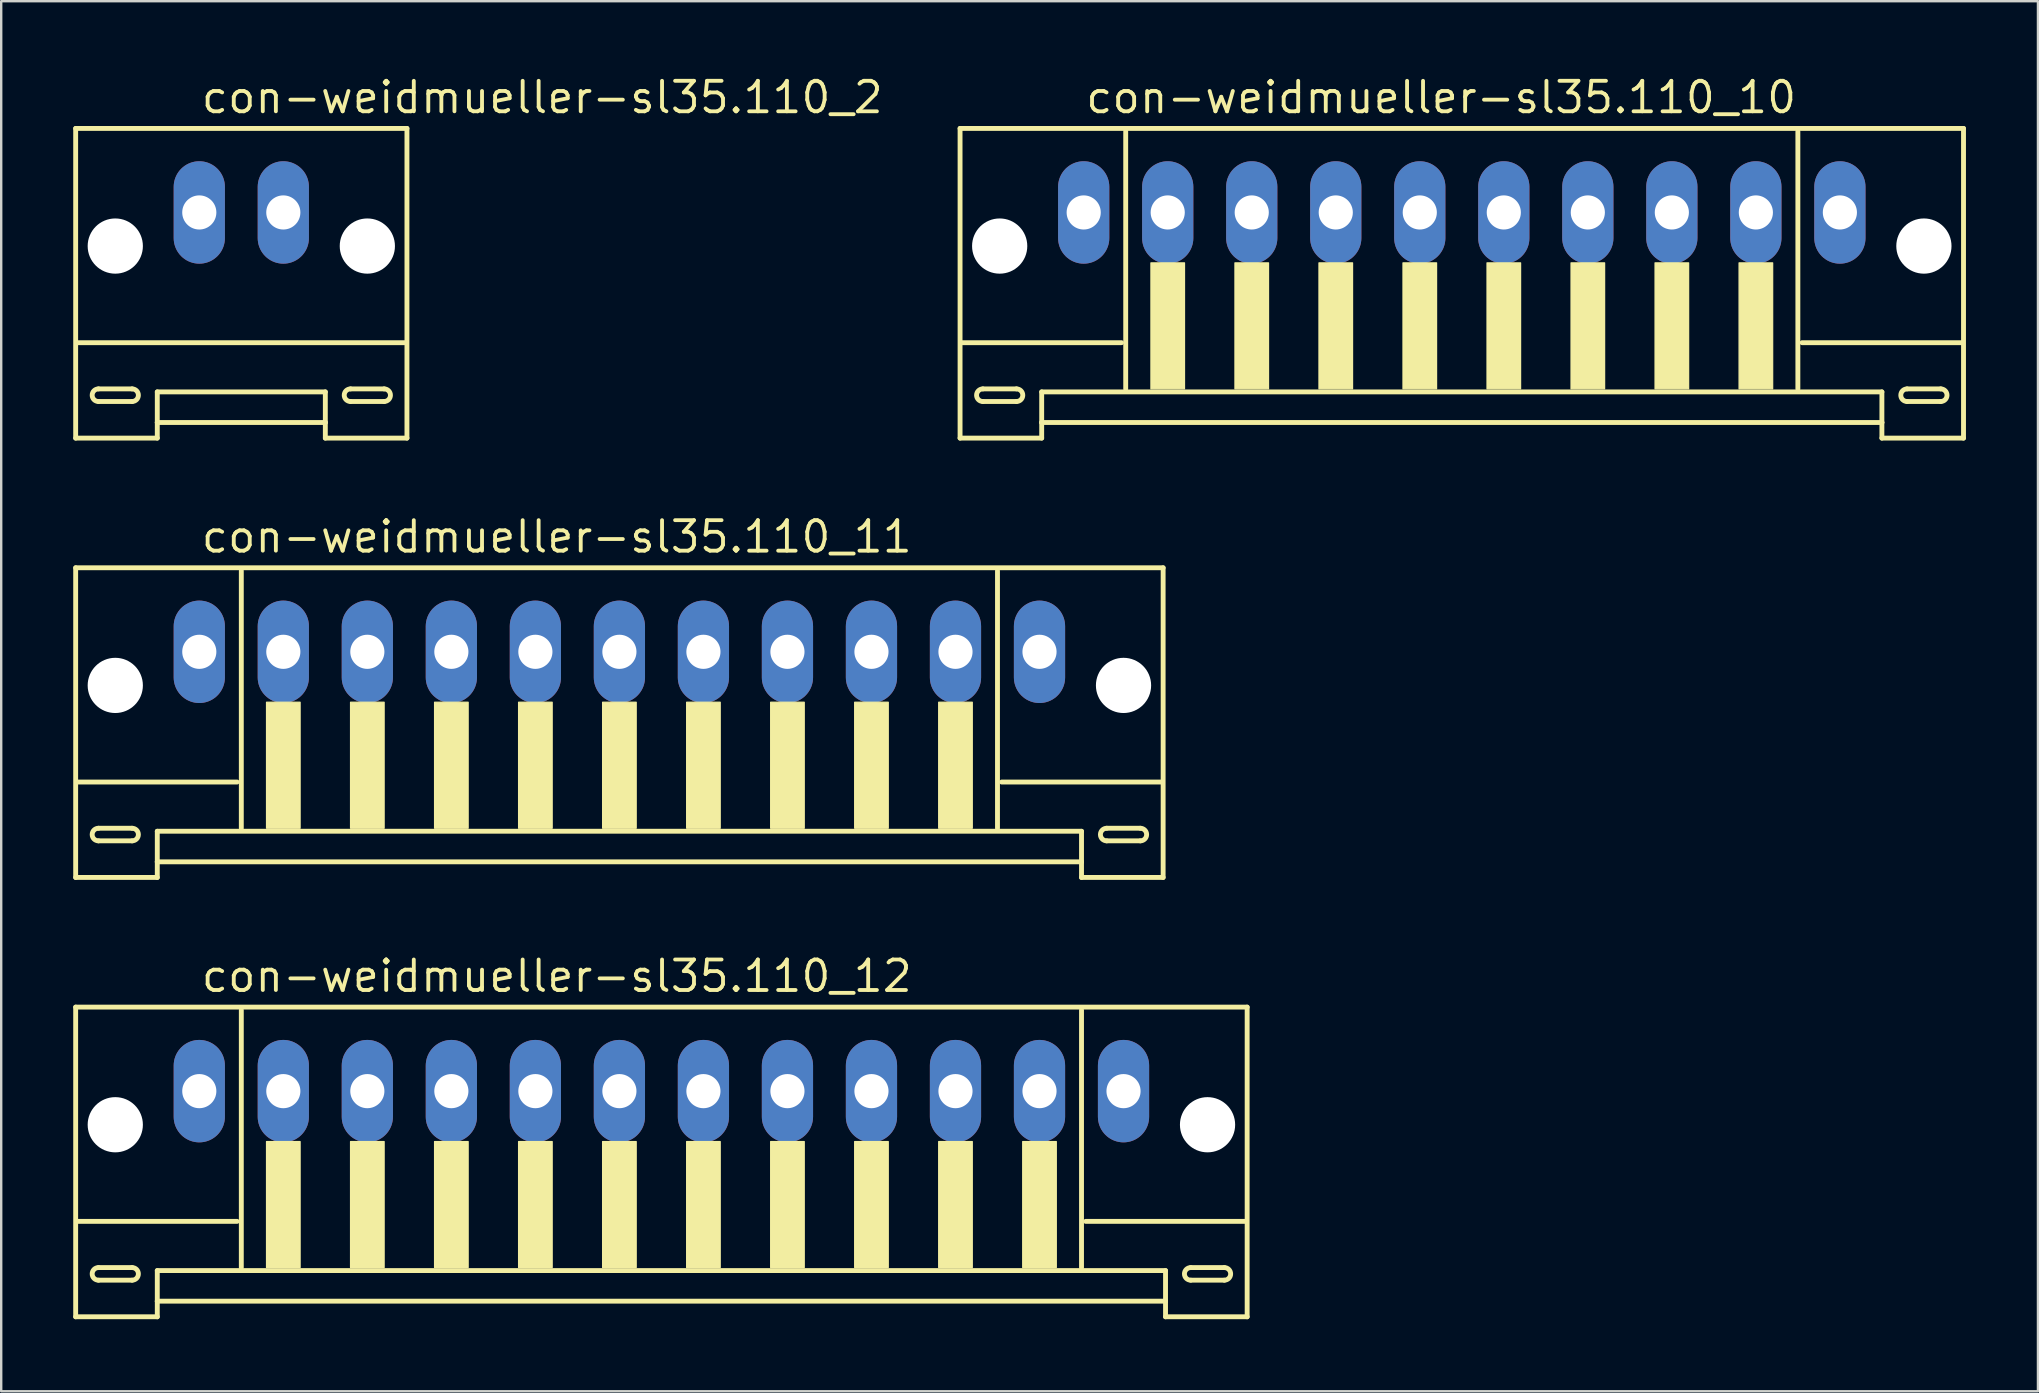
<source format=kicad_pcb>
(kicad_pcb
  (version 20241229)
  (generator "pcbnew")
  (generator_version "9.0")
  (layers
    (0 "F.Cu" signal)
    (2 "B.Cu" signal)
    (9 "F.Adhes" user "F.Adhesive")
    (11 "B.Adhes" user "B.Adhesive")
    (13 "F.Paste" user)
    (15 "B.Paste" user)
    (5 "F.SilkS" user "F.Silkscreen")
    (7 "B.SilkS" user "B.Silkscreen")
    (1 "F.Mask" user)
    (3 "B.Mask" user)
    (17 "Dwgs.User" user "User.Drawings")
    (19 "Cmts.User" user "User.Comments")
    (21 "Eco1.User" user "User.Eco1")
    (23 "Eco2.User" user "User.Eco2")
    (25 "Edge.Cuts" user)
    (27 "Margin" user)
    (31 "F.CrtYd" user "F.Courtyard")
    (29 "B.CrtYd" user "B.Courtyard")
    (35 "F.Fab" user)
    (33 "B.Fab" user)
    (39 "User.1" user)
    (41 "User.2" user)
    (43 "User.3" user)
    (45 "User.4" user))
  (footprint "con-weidmueller-sl35.110_10"
    (layer "F.Cu")
    (at 57.843 7.55)
    (property "Reference" "con-weidmueller-sl35.110_10" (at -15.75 -5.8 0) (layer "F.SilkS") (effects (font (size 1.27 1.27) (thickness 0.16)) (justify left bottom)))
    (attr through_hole)
    (fp_line (start -20.9 -5.25) (end -20.9 7.65) (stroke (width 0.203) (type default)) (layer "F.SilkS"))
    (fp_line (start -20.9 7.65) (end -17.5 7.65) (stroke (width 0.203) (type default)) (layer "F.SilkS"))
    (fp_line (start -19.95 5.6) (end -18.55 5.6) (stroke (width 0.203) (type default)) (layer "F.SilkS"))
    (fp_line (start -18.55 6.125) (end -19.95 6.125) (stroke (width 0.203) (type default)) (layer "F.SilkS"))
    (fp_line (start -17.5 5.725) (end 17.5 5.725) (stroke (width 0.203) (type default)) (layer "F.SilkS"))
    (fp_line (start -17.5 7) (end -17.5 5.725) (stroke (width 0.203) (type default)) (layer "F.SilkS"))
    (fp_line (start -17.5 7) (end 17.5 7) (stroke (width 0.203) (type default)) (layer "F.SilkS"))
    (fp_line (start -17.5 7.65) (end -17.5 7) (stroke (width 0.203) (type default)) (layer "F.SilkS"))
    (fp_line (start -14.175 3.675) (end -20.825 3.675) (stroke (width 0.203) (type default)) (layer "F.SilkS"))
    (fp_line (start -14 -5.125) (end -14 5.6) (stroke (width 0.203) (type default)) (layer "F.SilkS"))
    (fp_line (start 14 5.6) (end 14 -5.125) (stroke (width 0.203) (type default)) (layer "F.SilkS"))
    (fp_line (start 17.5 5.725) (end 17.5 7) (stroke (width 0.203) (type default)) (layer "F.SilkS"))
    (fp_line (start 17.5 7) (end 17.5 7.65) (stroke (width 0.203) (type default)) (layer "F.SilkS"))
    (fp_line (start 17.5 7.65) (end 20.9 7.65) (stroke (width 0.203) (type default)) (layer "F.SilkS"))
    (fp_line (start 18.55 5.6) (end 19.95 5.6) (stroke (width 0.203) (type default)) (layer "F.SilkS"))
    (fp_line (start 19.95 6.125) (end 18.55 6.125) (stroke (width 0.203) (type default)) (layer "F.SilkS"))
    (fp_line (start 20.825 3.675) (end 14.175 3.675) (stroke (width 0.203) (type default)) (layer "F.SilkS"))
    (fp_line (start 20.9 -5.25) (end -20.9 -5.25) (stroke (width 0.203) (type default)) (layer "F.SilkS"))
    (fp_line (start 20.9 7.65) (end 20.9 -5.25) (stroke (width 0.203) (type default)) (layer "F.SilkS"))
    (fp_rect (start -12.95 5.6) (end -11.55 0.35) (stroke (width 0.05) (type default)) (fill yes) (layer "F.SilkS"))
    (fp_rect (start -9.45 5.6) (end -8.05 0.35) (stroke (width 0.05) (type default)) (fill yes) (layer "F.SilkS"))
    (fp_rect (start -5.95 5.6) (end -4.55 0.35) (stroke (width 0.05) (type default)) (fill yes) (layer "F.SilkS"))
    (fp_rect (start -2.45 5.6) (end -1.05 0.35) (stroke (width 0.05) (type default)) (fill yes) (layer "F.SilkS"))
    (fp_rect (start 1.05 5.6) (end 2.45 0.35) (stroke (width 0.05) (type default)) (fill yes) (layer "F.SilkS"))
    (fp_rect (start 4.55 5.6) (end 5.95 0.35) (stroke (width 0.05) (type default)) (fill yes) (layer "F.SilkS"))
    (fp_rect (start 8.05 5.6) (end 9.45 0.35) (stroke (width 0.05) (type default)) (fill yes) (layer "F.SilkS"))
    (fp_rect (start 11.55 5.6) (end 12.95 0.35) (stroke (width 0.05) (type default)) (fill yes) (layer "F.SilkS"))
    (fp_arc (start -19.95 6.125) (mid -20.2125 5.8625) (end -19.95 5.6) (stroke (width 0.2032) (type default)) (layer "F.SilkS"))
    (fp_arc (start -18.55 5.6) (mid -18.2875 5.8625) (end -18.55 6.125) (stroke (width 0.2032) (type default)) (layer "F.SilkS"))
    (fp_arc (start 18.55 6.125) (mid 18.2875 5.8625) (end 18.55 5.6) (stroke (width 0.2032) (type default)) (layer "F.SilkS"))
    (fp_arc (start 19.95 5.6) (mid 20.2125 5.8625) (end 19.95 6.125) (stroke (width 0.2032) (type default)) (layer "F.SilkS"))
    (pad "" np_thru_hole circle (at -19.25 -0.35) (size 2.3 2.3) (drill 2.3) (layers "*.Cu" "*.Mask"))
    (pad "" np_thru_hole circle (at 19.25 -0.35) (size 2.3 2.3) (drill 2.3) (layers "*.Cu" "*.Mask"))
    (pad "1" thru_hole oval (at -15.75 -1.75 90) (size 4.267 2.134) (drill 1.422) (layers "*.Cu" "*.Mask"))
    (pad "2" thru_hole oval (at -12.25 -1.75 90) (size 4.267 2.134) (drill 1.422) (layers "*.Cu" "*.Mask"))
    (pad "3" thru_hole oval (at -8.75 -1.75 90) (size 4.267 2.134) (drill 1.422) (layers "*.Cu" "*.Mask"))
    (pad "4" thru_hole oval (at -5.25 -1.75 90) (size 4.267 2.134) (drill 1.422) (layers "*.Cu" "*.Mask"))
    (pad "5" thru_hole oval (at -1.75 -1.75 90) (size 4.267 2.134) (drill 1.422) (layers "*.Cu" "*.Mask"))
    (pad "6" thru_hole oval (at 1.75 -1.75 90) (size 4.267 2.134) (drill 1.422) (layers "*.Cu" "*.Mask"))
    (pad "7" thru_hole oval (at 5.25 -1.75 90) (size 4.267 2.134) (drill 1.422) (layers "*.Cu" "*.Mask"))
    (pad "8" thru_hole oval (at 8.75 -1.75 90) (size 4.267 2.134) (drill 1.422) (layers "*.Cu" "*.Mask"))
    (pad "9" thru_hole oval (at 12.25 -1.75 90) (size 4.267 2.134) (drill 1.422) (layers "*.Cu" "*.Mask"))
    (pad "10" thru_hole oval (at 15.75 -1.75 90) (size 4.267 2.134) (drill 1.422) (layers "*.Cu" "*.Mask")))
  (footprint "con-weidmueller-sl35.110_2"
    (layer "F.Cu")
    (at 7.002 7.55)
    (property "Reference" "con-weidmueller-sl35.110_2" (at -1.75 -5.8 0) (layer "F.SilkS") (effects (font (size 1.27 1.27) (thickness 0.16)) (justify left bottom)))
    (attr through_hole)
    (fp_line (start -6.9 -5.25) (end -6.9 7.65) (stroke (width 0.203) (type default)) (layer "F.SilkS"))
    (fp_line (start -6.9 7.65) (end -3.5 7.65) (stroke (width 0.203) (type default)) (layer "F.SilkS"))
    (fp_line (start -5.95 5.6) (end -4.55 5.6) (stroke (width 0.203) (type default)) (layer "F.SilkS"))
    (fp_line (start -4.55 6.125) (end -5.95 6.125) (stroke (width 0.203) (type default)) (layer "F.SilkS"))
    (fp_line (start -3.5 5.725) (end 3.5 5.725) (stroke (width 0.203) (type default)) (layer "F.SilkS"))
    (fp_line (start -3.5 7) (end -3.5 5.725) (stroke (width 0.203) (type default)) (layer "F.SilkS"))
    (fp_line (start -3.5 7) (end 3.5 7) (stroke (width 0.203) (type default)) (layer "F.SilkS"))
    (fp_line (start -3.5 7.65) (end -3.5 7) (stroke (width 0.203) (type default)) (layer "F.SilkS"))
    (fp_line (start 3.5 5.725) (end 3.5 7) (stroke (width 0.203) (type default)) (layer "F.SilkS"))
    (fp_line (start 3.5 7) (end 3.5 7.65) (stroke (width 0.203) (type default)) (layer "F.SilkS"))
    (fp_line (start 3.5 7.65) (end 6.9 7.65) (stroke (width 0.203) (type default)) (layer "F.SilkS"))
    (fp_line (start 4.55 5.6) (end 5.95 5.6) (stroke (width 0.203) (type default)) (layer "F.SilkS"))
    (fp_line (start 5.95 6.125) (end 4.55 6.125) (stroke (width 0.203) (type default)) (layer "F.SilkS"))
    (fp_line (start 6.825 3.675) (end -6.825 3.675) (stroke (width 0.203) (type default)) (layer "F.SilkS"))
    (fp_line (start 6.9 -5.25) (end -6.9 -5.25) (stroke (width 0.203) (type default)) (layer "F.SilkS"))
    (fp_line (start 6.9 7.65) (end 6.9 -5.25) (stroke (width 0.203) (type default)) (layer "F.SilkS"))
    (fp_arc (start -5.95 6.125) (mid -6.2125 5.8625) (end -5.95 5.6) (stroke (width 0.2032) (type default)) (layer "F.SilkS"))
    (fp_arc (start -4.55 5.6) (mid -4.2875 5.8625) (end -4.55 6.125) (stroke (width 0.2032) (type default)) (layer "F.SilkS"))
    (fp_arc (start 4.55 6.125) (mid 4.2875 5.8625) (end 4.55 5.6) (stroke (width 0.2032) (type default)) (layer "F.SilkS"))
    (fp_arc (start 5.95 5.6) (mid 6.2125 5.8625) (end 5.95 6.125) (stroke (width 0.2032) (type default)) (layer "F.SilkS"))
    (pad "" np_thru_hole circle (at -5.25 -0.35) (size 2.3 2.3) (drill 2.3) (layers "*.Cu" "*.Mask"))
    (pad "" np_thru_hole circle (at 5.25 -0.35) (size 2.3 2.3) (drill 2.3) (layers "*.Cu" "*.Mask"))
    (pad "1" thru_hole oval (at -1.75 -1.75 90) (size 4.267 2.134) (drill 1.422) (layers "*.Cu" "*.Mask"))
    (pad "2" thru_hole oval (at 1.75 -1.75 90) (size 4.267 2.134) (drill 1.422) (layers "*.Cu" "*.Mask")))
  (footprint "con-weidmueller-sl35.110_11"
    (layer "F.Cu")
    (at 22.752 25.852)
    (property "Reference" "con-weidmueller-sl35.110_11" (at -17.5 -5.8 0) (layer "F.SilkS") (effects (font (size 1.27 1.27) (thickness 0.16)) (justify left bottom)))
    (attr through_hole)
    (fp_line (start -22.65 -5.25) (end -22.65 7.65) (stroke (width 0.203) (type default)) (layer "F.SilkS"))
    (fp_line (start -22.65 7.65) (end -19.25 7.65) (stroke (width 0.203) (type default)) (layer "F.SilkS"))
    (fp_line (start -21.7 5.6) (end -20.3 5.6) (stroke (width 0.203) (type default)) (layer "F.SilkS"))
    (fp_line (start -20.3 6.125) (end -21.7 6.125) (stroke (width 0.203) (type default)) (layer "F.SilkS"))
    (fp_line (start -19.25 5.725) (end 19.25 5.725) (stroke (width 0.203) (type default)) (layer "F.SilkS"))
    (fp_line (start -19.25 7) (end -19.25 5.725) (stroke (width 0.203) (type default)) (layer "F.SilkS"))
    (fp_line (start -19.25 7) (end 19.25 7) (stroke (width 0.203) (type default)) (layer "F.SilkS"))
    (fp_line (start -19.25 7.65) (end -19.25 7) (stroke (width 0.203) (type default)) (layer "F.SilkS"))
    (fp_line (start -15.925 3.675) (end -22.575 3.675) (stroke (width 0.203) (type default)) (layer "F.SilkS"))
    (fp_line (start -15.75 -5.125) (end -15.75 5.6) (stroke (width 0.203) (type default)) (layer "F.SilkS"))
    (fp_line (start 15.75 5.6) (end 15.75 -5.125) (stroke (width 0.203) (type default)) (layer "F.SilkS"))
    (fp_line (start 19.25 5.725) (end 19.25 7) (stroke (width 0.203) (type default)) (layer "F.SilkS"))
    (fp_line (start 19.25 7) (end 19.25 7.65) (stroke (width 0.203) (type default)) (layer "F.SilkS"))
    (fp_line (start 19.25 7.65) (end 22.65 7.65) (stroke (width 0.203) (type default)) (layer "F.SilkS"))
    (fp_line (start 20.3 5.6) (end 21.7 5.6) (stroke (width 0.203) (type default)) (layer "F.SilkS"))
    (fp_line (start 21.7 6.125) (end 20.3 6.125) (stroke (width 0.203) (type default)) (layer "F.SilkS"))
    (fp_line (start 22.575 3.675) (end 15.925 3.675) (stroke (width 0.203) (type default)) (layer "F.SilkS"))
    (fp_line (start 22.65 -5.25) (end -22.65 -5.25) (stroke (width 0.203) (type default)) (layer "F.SilkS"))
    (fp_line (start 22.65 7.65) (end 22.65 -5.25) (stroke (width 0.203) (type default)) (layer "F.SilkS"))
    (fp_rect (start -14.7 5.6) (end -13.3 0.35) (stroke (width 0.05) (type default)) (fill yes) (layer "F.SilkS"))
    (fp_rect (start -11.2 5.6) (end -9.8 0.35) (stroke (width 0.05) (type default)) (fill yes) (layer "F.SilkS"))
    (fp_rect (start -7.7 5.6) (end -6.3 0.35) (stroke (width 0.05) (type default)) (fill yes) (layer "F.SilkS"))
    (fp_rect (start -4.2 5.6) (end -2.8 0.35) (stroke (width 0.05) (type default)) (fill yes) (layer "F.SilkS"))
    (fp_rect (start -0.7 5.6) (end 0.7 0.35) (stroke (width 0.05) (type default)) (fill yes) (layer "F.SilkS"))
    (fp_rect (start 2.8 5.6) (end 4.2 0.35) (stroke (width 0.05) (type default)) (fill yes) (layer "F.SilkS"))
    (fp_rect (start 6.3 5.6) (end 7.7 0.35) (stroke (width 0.05) (type default)) (fill yes) (layer "F.SilkS"))
    (fp_rect (start 9.8 5.6) (end 11.2 0.35) (stroke (width 0.05) (type default)) (fill yes) (layer "F.SilkS"))
    (fp_rect (start 13.3 5.6) (end 14.7 0.35) (stroke (width 0.05) (type default)) (fill yes) (layer "F.SilkS"))
    (fp_arc (start -21.7 6.125) (mid -21.9625 5.8625) (end -21.7 5.6) (stroke (width 0.2032) (type default)) (layer "F.SilkS"))
    (fp_arc (start -20.3 5.6) (mid -20.0375 5.8625) (end -20.3 6.125) (stroke (width 0.2032) (type default)) (layer "F.SilkS"))
    (fp_arc (start 20.3 6.125) (mid 20.0375 5.8625) (end 20.3 5.6) (stroke (width 0.2032) (type default)) (layer "F.SilkS"))
    (fp_arc (start 21.7 5.6) (mid 21.9625 5.8625) (end 21.7 6.125) (stroke (width 0.2032) (type default)) (layer "F.SilkS"))
    (pad "" np_thru_hole circle (at -21 -0.35) (size 2.3 2.3) (drill 2.3) (layers "*.Cu" "*.Mask"))
    (pad "" np_thru_hole circle (at 21 -0.35) (size 2.3 2.3) (drill 2.3) (layers "*.Cu" "*.Mask"))
    (pad "1" thru_hole oval (at -17.5 -1.75 90) (size 4.267 2.134) (drill 1.422) (layers "*.Cu" "*.Mask"))
    (pad "2" thru_hole oval (at -14 -1.75 90) (size 4.267 2.134) (drill 1.422) (layers "*.Cu" "*.Mask"))
    (pad "3" thru_hole oval (at -10.5 -1.75 90) (size 4.267 2.134) (drill 1.422) (layers "*.Cu" "*.Mask"))
    (pad "4" thru_hole oval (at -7 -1.75 90) (size 4.267 2.134) (drill 1.422) (layers "*.Cu" "*.Mask"))
    (pad "5" thru_hole oval (at -3.5 -1.75 90) (size 4.267 2.134) (drill 1.422) (layers "*.Cu" "*.Mask"))
    (pad "6" thru_hole oval (at 0 -1.75 90) (size 4.267 2.134) (drill 1.422) (layers "*.Cu" "*.Mask"))
    (pad "7" thru_hole oval (at 3.5 -1.75 90) (size 4.267 2.134) (drill 1.422) (layers "*.Cu" "*.Mask"))
    (pad "8" thru_hole oval (at 7 -1.75 90) (size 4.267 2.134) (drill 1.422) (layers "*.Cu" "*.Mask"))
    (pad "9" thru_hole oval (at 10.5 -1.75 90) (size 4.267 2.134) (drill 1.422) (layers "*.Cu" "*.Mask"))
    (pad "10" thru_hole oval (at 14 -1.75 90) (size 4.267 2.134) (drill 1.422) (layers "*.Cu" "*.Mask"))
    (pad "11" thru_hole oval (at 17.5 -1.75 90) (size 4.267 2.134) (drill 1.422) (layers "*.Cu" "*.Mask")))
  (footprint "con-weidmueller-sl35.110_12"
    (layer "F.Cu")
    (at 24.502 44.153)
    (property "Reference" "con-weidmueller-sl35.110_12" (at -19.25 -5.8 0) (layer "F.SilkS") (effects (font (size 1.27 1.27) (thickness 0.16)) (justify left bottom)))
    (attr through_hole)
    (fp_line (start -24.4 -5.25) (end -24.4 7.65) (stroke (width 0.203) (type default)) (layer "F.SilkS"))
    (fp_line (start -24.4 7.65) (end -21 7.65) (stroke (width 0.203) (type default)) (layer "F.SilkS"))
    (fp_line (start -23.45 5.6) (end -22.05 5.6) (stroke (width 0.203) (type default)) (layer "F.SilkS"))
    (fp_line (start -22.05 6.125) (end -23.45 6.125) (stroke (width 0.203) (type default)) (layer "F.SilkS"))
    (fp_line (start -21 5.725) (end 21 5.725) (stroke (width 0.203) (type default)) (layer "F.SilkS"))
    (fp_line (start -21 7) (end -21 5.725) (stroke (width 0.203) (type default)) (layer "F.SilkS"))
    (fp_line (start -21 7) (end 21 7) (stroke (width 0.203) (type default)) (layer "F.SilkS"))
    (fp_line (start -21 7.65) (end -21 7) (stroke (width 0.203) (type default)) (layer "F.SilkS"))
    (fp_line (start -17.675 3.675) (end -24.325 3.675) (stroke (width 0.203) (type default)) (layer "F.SilkS"))
    (fp_line (start -17.5 -5.125) (end -17.5 5.6) (stroke (width 0.203) (type default)) (layer "F.SilkS"))
    (fp_line (start 17.5 5.6) (end 17.5 -5.125) (stroke (width 0.203) (type default)) (layer "F.SilkS"))
    (fp_line (start 21 5.725) (end 21 7) (stroke (width 0.203) (type default)) (layer "F.SilkS"))
    (fp_line (start 21 7) (end 21 7.65) (stroke (width 0.203) (type default)) (layer "F.SilkS"))
    (fp_line (start 21 7.65) (end 24.4 7.65) (stroke (width 0.203) (type default)) (layer "F.SilkS"))
    (fp_line (start 22.05 5.6) (end 23.45 5.6) (stroke (width 0.203) (type default)) (layer "F.SilkS"))
    (fp_line (start 23.45 6.125) (end 22.05 6.125) (stroke (width 0.203) (type default)) (layer "F.SilkS"))
    (fp_line (start 24.325 3.675) (end 17.675 3.675) (stroke (width 0.203) (type default)) (layer "F.SilkS"))
    (fp_line (start 24.4 -5.25) (end -24.4 -5.25) (stroke (width 0.203) (type default)) (layer "F.SilkS"))
    (fp_line (start 24.4 7.65) (end 24.4 -5.25) (stroke (width 0.203) (type default)) (layer "F.SilkS"))
    (fp_rect (start -16.45 5.6) (end -15.05 0.35) (stroke (width 0.05) (type default)) (fill yes) (layer "F.SilkS"))
    (fp_rect (start -12.95 5.6) (end -11.55 0.35) (stroke (width 0.05) (type default)) (fill yes) (layer "F.SilkS"))
    (fp_rect (start -9.45 5.6) (end -8.05 0.35) (stroke (width 0.05) (type default)) (fill yes) (layer "F.SilkS"))
    (fp_rect (start -5.95 5.6) (end -4.55 0.35) (stroke (width 0.05) (type default)) (fill yes) (layer "F.SilkS"))
    (fp_rect (start -2.45 5.6) (end -1.05 0.35) (stroke (width 0.05) (type default)) (fill yes) (layer "F.SilkS"))
    (fp_rect (start 1.05 5.6) (end 2.45 0.35) (stroke (width 0.05) (type default)) (fill yes) (layer "F.SilkS"))
    (fp_rect (start 4.55 5.6) (end 5.95 0.35) (stroke (width 0.05) (type default)) (fill yes) (layer "F.SilkS"))
    (fp_rect (start 8.05 5.6) (end 9.45 0.35) (stroke (width 0.05) (type default)) (fill yes) (layer "F.SilkS"))
    (fp_rect (start 11.55 5.6) (end 12.95 0.35) (stroke (width 0.05) (type default)) (fill yes) (layer "F.SilkS"))
    (fp_rect (start 15.05 5.6) (end 16.45 0.35) (stroke (width 0.05) (type default)) (fill yes) (layer "F.SilkS"))
    (fp_arc (start -23.45 6.125) (mid -23.7125 5.8625) (end -23.45 5.6) (stroke (width 0.2032) (type default)) (layer "F.SilkS"))
    (fp_arc (start -22.05 5.6) (mid -21.7875 5.8625) (end -22.05 6.125) (stroke (width 0.2032) (type default)) (layer "F.SilkS"))
    (fp_arc (start 22.05 6.125) (mid 21.7875 5.8625) (end 22.05 5.6) (stroke (width 0.2032) (type default)) (layer "F.SilkS"))
    (fp_arc (start 23.45 5.6) (mid 23.7125 5.8625) (end 23.45 6.125) (stroke (width 0.2032) (type default)) (layer "F.SilkS"))
    (pad "" np_thru_hole circle (at -22.75 -0.35) (size 2.3 2.3) (drill 2.3) (layers "*.Cu" "*.Mask"))
    (pad "" np_thru_hole circle (at 22.75 -0.35) (size 2.3 2.3) (drill 2.3) (layers "*.Cu" "*.Mask"))
    (pad "1" thru_hole oval (at -19.25 -1.75 90) (size 4.267 2.134) (drill 1.422) (layers "*.Cu" "*.Mask"))
    (pad "2" thru_hole oval (at -15.75 -1.75 90) (size 4.267 2.134) (drill 1.422) (layers "*.Cu" "*.Mask"))
    (pad "3" thru_hole oval (at -12.25 -1.75 90) (size 4.267 2.134) (drill 1.422) (layers "*.Cu" "*.Mask"))
    (pad "4" thru_hole oval (at -8.75 -1.75 90) (size 4.267 2.134) (drill 1.422) (layers "*.Cu" "*.Mask"))
    (pad "5" thru_hole oval (at -5.25 -1.75 90) (size 4.267 2.134) (drill 1.422) (layers "*.Cu" "*.Mask"))
    (pad "6" thru_hole oval (at -1.75 -1.75 90) (size 4.267 2.134) (drill 1.422) (layers "*.Cu" "*.Mask"))
    (pad "7" thru_hole oval (at 1.75 -1.75 90) (size 4.267 2.134) (drill 1.422) (layers "*.Cu" "*.Mask"))
    (pad "8" thru_hole oval (at 5.25 -1.75 90) (size 4.267 2.134) (drill 1.422) (layers "*.Cu" "*.Mask"))
    (pad "9" thru_hole oval (at 8.75 -1.75 90) (size 4.267 2.134) (drill 1.422) (layers "*.Cu" "*.Mask"))
    (pad "10" thru_hole oval (at 12.25 -1.75 90) (size 4.267 2.134) (drill 1.422) (layers "*.Cu" "*.Mask"))
    (pad "11" thru_hole oval (at 15.75 -1.75 90) (size 4.267 2.134) (drill 1.422) (layers "*.Cu" "*.Mask"))
    (pad "12" thru_hole oval (at 19.25 -1.75 90) (size 4.267 2.134) (drill 1.422) (layers "*.Cu" "*.Mask")))
  (gr_rect
    (start -3 -3)
    (end 81.844 54.905)
    (stroke (width 0.1) (type default))
    (fill no)
    (layer "Edge.Cuts")))
</source>
